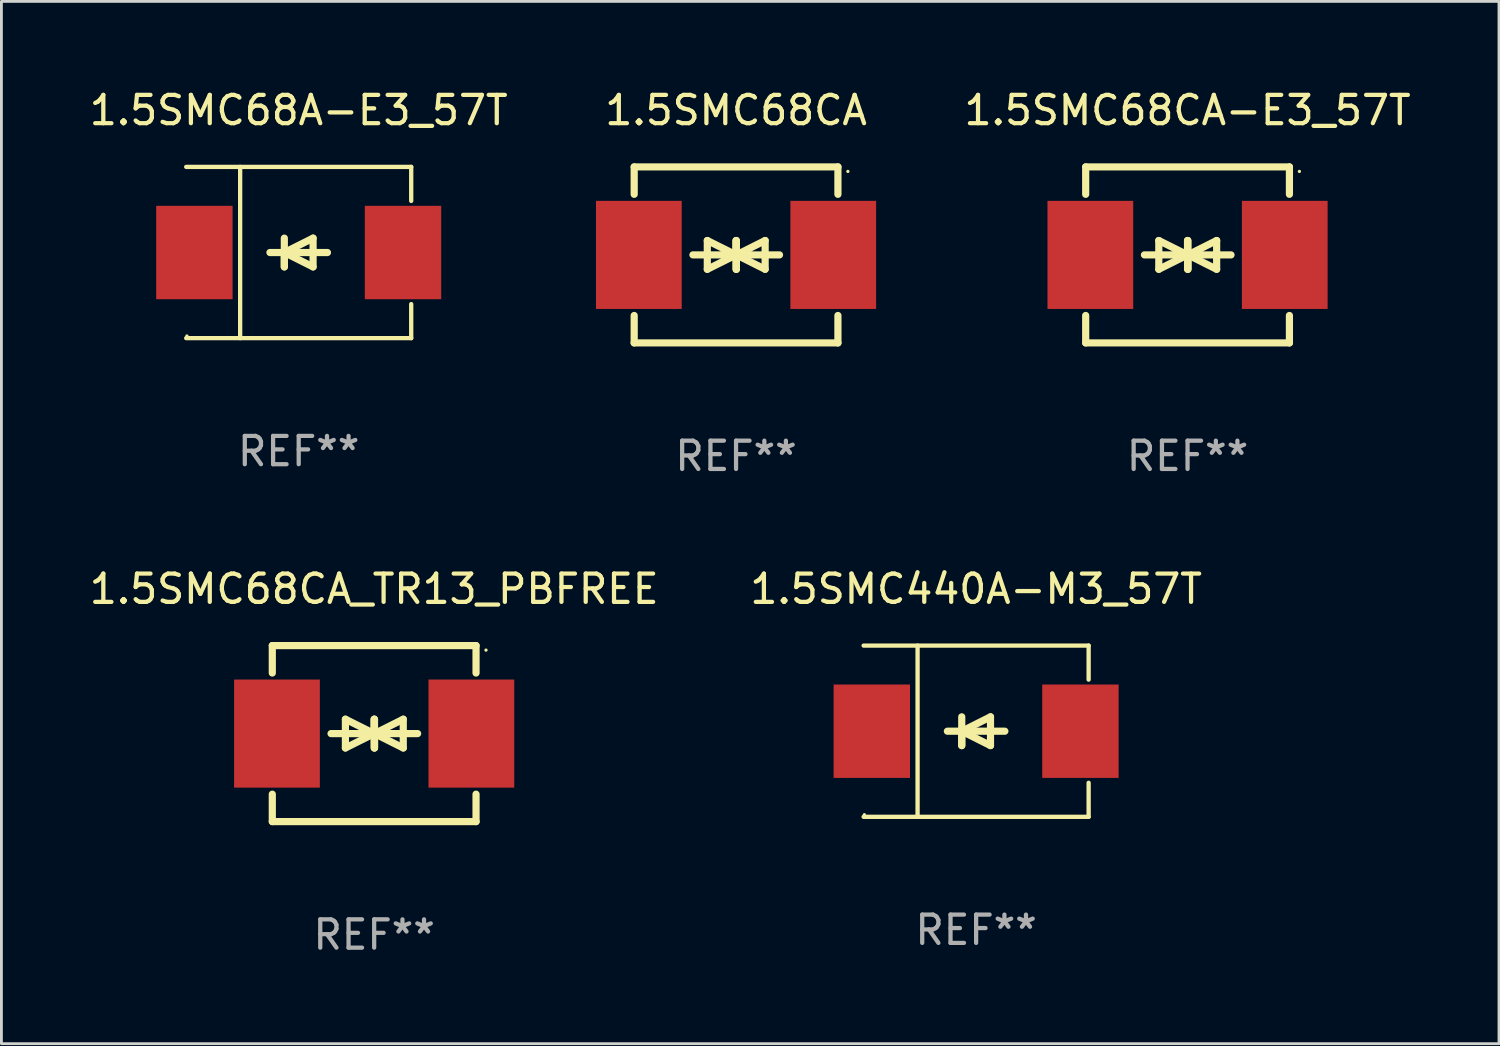
<source format=kicad_pcb>
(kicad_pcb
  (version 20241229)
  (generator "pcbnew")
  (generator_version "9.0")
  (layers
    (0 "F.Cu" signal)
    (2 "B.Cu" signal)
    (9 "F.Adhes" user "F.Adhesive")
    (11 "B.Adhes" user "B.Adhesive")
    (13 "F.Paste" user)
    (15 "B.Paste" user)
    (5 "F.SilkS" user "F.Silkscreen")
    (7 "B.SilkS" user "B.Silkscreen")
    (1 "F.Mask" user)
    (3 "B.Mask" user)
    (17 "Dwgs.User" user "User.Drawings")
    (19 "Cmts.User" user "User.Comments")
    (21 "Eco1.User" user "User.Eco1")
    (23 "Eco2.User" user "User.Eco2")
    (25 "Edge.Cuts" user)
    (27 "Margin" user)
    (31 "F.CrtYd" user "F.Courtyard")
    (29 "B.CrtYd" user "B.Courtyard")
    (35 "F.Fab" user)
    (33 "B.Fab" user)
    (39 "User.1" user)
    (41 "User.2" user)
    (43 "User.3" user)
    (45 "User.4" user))
  (footprint "1.5SMC68A-E3_57T"
    (layer "F.Cu")
    (at 7.506 5.874)
    (property "Reference" "1.5SMC68A-E3_57T" (at 0 -5.026 0) (layer "F.SilkS") (effects (font (size 1 1) (thickness 0.15))))
    (attr through_hole)
    (fp_line (start -3.976 -3.026) (end 3.976 -3.026) (stroke (width 0.152) (type solid)) (layer "F.SilkS"))
    (fp_line (start -3.976 3.026) (end 3.976 3.026) (stroke (width 0.152) (type solid)) (layer "F.SilkS"))
    (fp_line (start -2.069 -3.026) (end -2.069 3.026) (stroke (width 0.152) (type solid)) (layer "F.SilkS"))
    (fp_line (start -0.508 0) (end -0.508 0.508) (stroke (width 0.254) (type solid)) (layer "F.SilkS"))
    (fp_line (start -0.508 0) (end 0.508 0.508) (stroke (width 0.254) (type solid)) (layer "F.SilkS"))
    (fp_line (start -0.508 0.508) (end -0.508 -0.508) (stroke (width 0.254) (type solid)) (layer "F.SilkS"))
    (fp_line (start 0.508 -0.508) (end -0.508 0) (stroke (width 0.254) (type solid)) (layer "F.SilkS"))
    (fp_line (start 0.508 0.508) (end 0.508 -0.508) (stroke (width 0.254) (type solid)) (layer "F.SilkS"))
    (fp_line (start 1.016 0) (end -1.016 0) (stroke (width 0.254) (type solid)) (layer "F.SilkS"))
    (fp_line (start 3.976 -3.026) (end 3.976 -1.823) (stroke (width 0.152) (type solid)) (layer "F.SilkS"))
    (fp_line (start 3.976 3.026) (end 3.976 1.823) (stroke (width 0.152) (type solid)) (layer "F.SilkS"))
    (fp_circle (center -3.95 2.95) (end -3.92 2.95) (stroke (width 0.06) (type solid)) (fill no) (layer "F.SilkS"))
    (fp_text user "REF**" (at 0 7.026 0) (layer "F.Fab") (effects (font (size 1 1) (thickness 0.15))))
    (pad "1" smd rect (at -3.686 0) (size 2.7 3.3) (layers "F.Cu" "F.Mask" "F.Paste"))
    (pad "2" smd rect (at 3.686 0) (size 2.7 3.3) (layers "F.Cu" "F.Mask" "F.Paste")))
  (footprint "1.5SMC68CA"
    (layer "F.Cu")
    (at 22.962 5.958)
    (property "Reference" "1.5SMC68CA" (at 0 -5.11 0) (layer "F.SilkS") (effects (font (size 1 1) (thickness 0.15))))
    (attr through_hole)
    (fp_line (start -3.6 -2.141) (end -3.6 -3.11) (stroke (width 0.254) (type solid)) (layer "F.SilkS"))
    (fp_line (start -3.6 3.11) (end -3.6 2.141) (stroke (width 0.254) (type solid)) (layer "F.SilkS"))
    (fp_line (start -1.524 0) (end 0.508 0) (stroke (width 0.254) (type solid)) (layer "F.SilkS"))
    (fp_line (start -1.016 -0.508) (end -1.016 0.508) (stroke (width 0.254) (type solid)) (layer "F.SilkS"))
    (fp_line (start -1.016 0.508) (end 0 0) (stroke (width 0.254) (type solid)) (layer "F.SilkS"))
    (fp_line (start 0 -0.508) (end 0 0.508) (stroke (width 0.254) (type solid)) (layer "F.SilkS"))
    (fp_line (start 0 0) (end -1.016 -0.508) (stroke (width 0.254) (type solid)) (layer "F.SilkS"))
    (fp_line (start 0 0) (end 0 -0.508) (stroke (width 0.254) (type solid)) (layer "F.SilkS"))
    (fp_line (start 0.012 0) (end 0.012 0.508) (stroke (width 0.254) (type solid)) (layer "F.SilkS"))
    (fp_line (start 0.012 0) (end 1.028 0.508) (stroke (width 0.254) (type solid)) (layer "F.SilkS"))
    (fp_line (start 0.012 0.508) (end 0.012 -0.508) (stroke (width 0.254) (type solid)) (layer "F.SilkS"))
    (fp_line (start 1.028 -0.508) (end 0.012 0) (stroke (width 0.254) (type solid)) (layer "F.SilkS"))
    (fp_line (start 1.028 0.508) (end 1.028 -0.508) (stroke (width 0.254) (type solid)) (layer "F.SilkS"))
    (fp_line (start 1.536 0) (end -0.496 0) (stroke (width 0.254) (type solid)) (layer "F.SilkS"))
    (fp_line (start 3.6 -3.11) (end -3.6 -3.11) (stroke (width 0.254) (type solid)) (layer "F.SilkS"))
    (fp_line (start 3.6 -2.141) (end 3.6 -3.11) (stroke (width 0.254) (type solid)) (layer "F.SilkS"))
    (fp_line (start 3.6 3.11) (end -3.6 3.11) (stroke (width 0.254) (type solid)) (layer "F.SilkS"))
    (fp_line (start 3.6 3.11) (end 3.6 2.141) (stroke (width 0.254) (type solid)) (layer "F.SilkS"))
    (fp_circle (center 3.952 -2.95) (end 3.982 -2.95) (stroke (width 0.06) (type solid)) (fill no) (layer "F.SilkS"))
    (fp_text user "REF**" (at 0 7.11 0) (layer "F.Fab") (effects (font (size 1 1) (thickness 0.15))))
    (pad "1" smd rect (at 3.435 0) (size 3.03 3.82) (layers "F.Cu" "F.Mask" "F.Paste"))
    (pad "2" smd rect (at -3.435 0) (size 3.03 3.82) (layers "F.Cu" "F.Mask" "F.Paste")))
  (footprint "1.5SMC440A-M3_57T"
    (layer "F.Cu")
    (at 31.446 22.791)
    (property "Reference" "1.5SMC440A-M3_57T" (at 0 -5.026 0) (layer "F.SilkS") (effects (font (size 1 1) (thickness 0.15))))
    (attr through_hole)
    (fp_line (start -3.976 -3.026) (end 3.976 -3.026) (stroke (width 0.152) (type solid)) (layer "F.SilkS"))
    (fp_line (start -3.976 3.026) (end 3.976 3.026) (stroke (width 0.152) (type solid)) (layer "F.SilkS"))
    (fp_line (start -2.069 -3.026) (end -2.069 3.026) (stroke (width 0.152) (type solid)) (layer "F.SilkS"))
    (fp_line (start -0.508 0) (end -0.508 0.508) (stroke (width 0.254) (type solid)) (layer "F.SilkS"))
    (fp_line (start -0.508 0) (end 0.508 0.508) (stroke (width 0.254) (type solid)) (layer "F.SilkS"))
    (fp_line (start -0.508 0.508) (end -0.508 -0.508) (stroke (width 0.254) (type solid)) (layer "F.SilkS"))
    (fp_line (start 0.508 -0.508) (end -0.508 0) (stroke (width 0.254) (type solid)) (layer "F.SilkS"))
    (fp_line (start 0.508 0.508) (end 0.508 -0.508) (stroke (width 0.254) (type solid)) (layer "F.SilkS"))
    (fp_line (start 1.016 0) (end -1.016 0) (stroke (width 0.254) (type solid)) (layer "F.SilkS"))
    (fp_line (start 3.976 -3.026) (end 3.976 -1.823) (stroke (width 0.152) (type solid)) (layer "F.SilkS"))
    (fp_line (start 3.976 3.026) (end 3.976 1.823) (stroke (width 0.152) (type solid)) (layer "F.SilkS"))
    (fp_circle (center -3.95 2.95) (end -3.92 2.95) (stroke (width 0.06) (type solid)) (fill no) (layer "F.SilkS"))
    (fp_text user "REF**" (at 0 7.026 0) (layer "F.Fab") (effects (font (size 1 1) (thickness 0.15))))
    (pad "1" smd rect (at -3.686 0) (size 2.7 3.3) (layers "F.Cu" "F.Mask" "F.Paste"))
    (pad "2" smd rect (at 3.686 0) (size 2.7 3.3) (layers "F.Cu" "F.Mask" "F.Paste")))
  (footprint "1.5SMC68CA-E3_57T"
    (layer "F.Cu")
    (at 38.918 5.958)
    (property "Reference" "1.5SMC68CA-E3_57T" (at 0 -5.11 0) (layer "F.SilkS") (effects (font (size 1 1) (thickness 0.15))))
    (attr through_hole)
    (fp_line (start -3.6 -2.141) (end -3.6 -3.11) (stroke (width 0.254) (type solid)) (layer "F.SilkS"))
    (fp_line (start -3.6 3.11) (end -3.6 2.141) (stroke (width 0.254) (type solid)) (layer "F.SilkS"))
    (fp_line (start -1.524 0) (end 0.508 0) (stroke (width 0.254) (type solid)) (layer "F.SilkS"))
    (fp_line (start -1.016 -0.508) (end -1.016 0.508) (stroke (width 0.254) (type solid)) (layer "F.SilkS"))
    (fp_line (start -1.016 0.508) (end 0 0) (stroke (width 0.254) (type solid)) (layer "F.SilkS"))
    (fp_line (start 0 -0.508) (end 0 0.508) (stroke (width 0.254) (type solid)) (layer "F.SilkS"))
    (fp_line (start 0 0) (end -1.016 -0.508) (stroke (width 0.254) (type solid)) (layer "F.SilkS"))
    (fp_line (start 0 0) (end 0 -0.508) (stroke (width 0.254) (type solid)) (layer "F.SilkS"))
    (fp_line (start 0.012 0) (end 0.012 0.508) (stroke (width 0.254) (type solid)) (layer "F.SilkS"))
    (fp_line (start 0.012 0) (end 1.028 0.508) (stroke (width 0.254) (type solid)) (layer "F.SilkS"))
    (fp_line (start 0.012 0.508) (end 0.012 -0.508) (stroke (width 0.254) (type solid)) (layer "F.SilkS"))
    (fp_line (start 1.028 -0.508) (end 0.012 0) (stroke (width 0.254) (type solid)) (layer "F.SilkS"))
    (fp_line (start 1.028 0.508) (end 1.028 -0.508) (stroke (width 0.254) (type solid)) (layer "F.SilkS"))
    (fp_line (start 1.536 0) (end -0.496 0) (stroke (width 0.254) (type solid)) (layer "F.SilkS"))
    (fp_line (start 3.6 -3.11) (end -3.6 -3.11) (stroke (width 0.254) (type solid)) (layer "F.SilkS"))
    (fp_line (start 3.6 -2.141) (end 3.6 -3.11) (stroke (width 0.254) (type solid)) (layer "F.SilkS"))
    (fp_line (start 3.6 3.11) (end -3.6 3.11) (stroke (width 0.254) (type solid)) (layer "F.SilkS"))
    (fp_line (start 3.6 3.11) (end 3.6 2.141) (stroke (width 0.254) (type solid)) (layer "F.SilkS"))
    (fp_circle (center 3.952 -2.95) (end 3.982 -2.95) (stroke (width 0.06) (type solid)) (fill no) (layer "F.SilkS"))
    (fp_text user "REF**" (at 0 7.11 0) (layer "F.Fab") (effects (font (size 1 1) (thickness 0.15))))
    (pad "1" smd rect (at 3.435 0) (size 3.03 3.82) (layers "F.Cu" "F.Mask" "F.Paste"))
    (pad "2" smd rect (at -3.435 0) (size 3.03 3.82) (layers "F.Cu" "F.Mask" "F.Paste")))
  (footprint "1.5SMC68CA_TR13_PBFREE"
    (layer "F.Cu")
    (at 10.173 22.875)
    (property "Reference" "1.5SMC68CA_TR13_PBFREE" (at 0 -5.11 0) (layer "F.SilkS") (effects (font (size 1 1) (thickness 0.15))))
    (attr through_hole)
    (fp_line (start -3.6 -2.141) (end -3.6 -3.11) (stroke (width 0.254) (type solid)) (layer "F.SilkS"))
    (fp_line (start -3.6 3.11) (end -3.6 2.141) (stroke (width 0.254) (type solid)) (layer "F.SilkS"))
    (fp_line (start -1.524 0) (end 0.508 0) (stroke (width 0.254) (type solid)) (layer "F.SilkS"))
    (fp_line (start -1.016 -0.508) (end -1.016 0.508) (stroke (width 0.254) (type solid)) (layer "F.SilkS"))
    (fp_line (start -1.016 0.508) (end 0 0) (stroke (width 0.254) (type solid)) (layer "F.SilkS"))
    (fp_line (start 0 -0.508) (end 0 0.508) (stroke (width 0.254) (type solid)) (layer "F.SilkS"))
    (fp_line (start 0 0) (end -1.016 -0.508) (stroke (width 0.254) (type solid)) (layer "F.SilkS"))
    (fp_line (start 0 0) (end 0 -0.508) (stroke (width 0.254) (type solid)) (layer "F.SilkS"))
    (fp_line (start 0.012 0) (end 0.012 0.508) (stroke (width 0.254) (type solid)) (layer "F.SilkS"))
    (fp_line (start 0.012 0) (end 1.028 0.508) (stroke (width 0.254) (type solid)) (layer "F.SilkS"))
    (fp_line (start 0.012 0.508) (end 0.012 -0.508) (stroke (width 0.254) (type solid)) (layer "F.SilkS"))
    (fp_line (start 1.028 -0.508) (end 0.012 0) (stroke (width 0.254) (type solid)) (layer "F.SilkS"))
    (fp_line (start 1.028 0.508) (end 1.028 -0.508) (stroke (width 0.254) (type solid)) (layer "F.SilkS"))
    (fp_line (start 1.536 0) (end -0.496 0) (stroke (width 0.254) (type solid)) (layer "F.SilkS"))
    (fp_line (start 3.6 -3.11) (end -3.6 -3.11) (stroke (width 0.254) (type solid)) (layer "F.SilkS"))
    (fp_line (start 3.6 -2.141) (end 3.6 -3.11) (stroke (width 0.254) (type solid)) (layer "F.SilkS"))
    (fp_line (start 3.6 3.11) (end -3.6 3.11) (stroke (width 0.254) (type solid)) (layer "F.SilkS"))
    (fp_line (start 3.6 3.11) (end 3.6 2.141) (stroke (width 0.254) (type solid)) (layer "F.SilkS"))
    (fp_circle (center 3.952 -2.95) (end 3.982 -2.95) (stroke (width 0.06) (type solid)) (fill no) (layer "F.SilkS"))
    (fp_text user "REF**" (at 0 7.11 0) (layer "F.Fab") (effects (font (size 1 1) (thickness 0.15))))
    (pad "1" smd rect (at 3.435 0) (size 3.03 3.82) (layers "F.Cu" "F.Mask" "F.Paste"))
    (pad "2" smd rect (at -3.435 0) (size 3.03 3.82) (layers "F.Cu" "F.Mask" "F.Paste")))
  (gr_rect
    (start -3 -3)
    (end 49.924 33.833)
    (stroke (width 0.1) (type default))
    (fill no)
    (layer "Edge.Cuts")))
</source>
